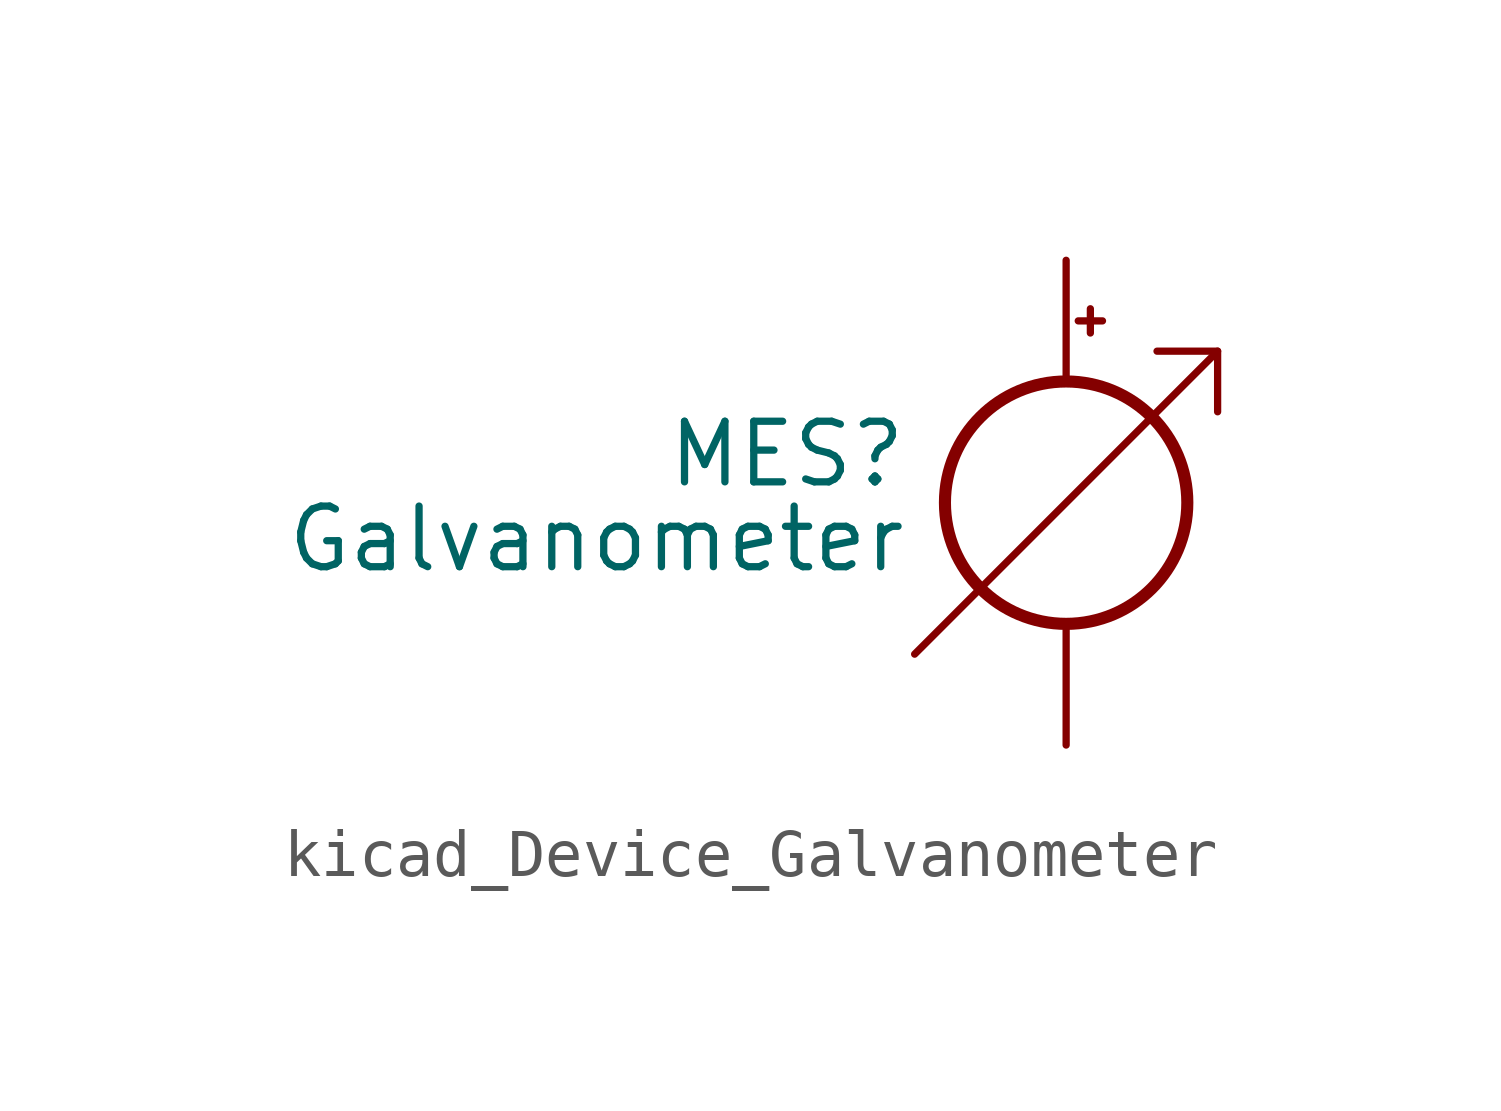
<source format=kicad_sym>
(kicad_symbol_lib
  (version 20220914)
  (generator kicad_symbol_editor)
  (symbol "kicad_Device_Galvanometer"
    (pin_numbers hide)
    (pin_names
      (offset 0.025) hide)
    (property "Reference" "MES"
      (at -3.302 1.016 0)
      (effects (font (size 1.27 1.27)) (justify right)))
    (property "Value" "Galvanometer"
      (at -3.302 -0.762 0)
      (effects (font (size 1.27 1.27)) (justify right)))
    (symbol "kicad_Device_Galvanometer_0_0"
      (polyline (pts (xy -3.175 -3.175) (xy 3.175 3.175)) (stroke (width 0) (type default)) (fill (type none)))
      (polyline (pts (xy 1.905 3.175) (xy 3.175 3.175) (xy 3.175 1.905)) (stroke (width 0) (type default)) (fill (type none))))
    (symbol "kicad_Device_Galvanometer_0_1"
      (polyline (pts (xy 0.254 3.81) (xy 0.762 3.81)) (stroke (width 0) (type default)) (fill (type none)))
      (polyline (pts (xy 0.508 4.064) (xy 0.508 3.556)) (stroke (width 0) (type default)) (fill (type none)))
      (circle (center 0 0) (radius 2.54) (stroke (width 0.254) (type default)) (fill (type none))))
    (symbol "kicad_Device_Galvanometer_1_1"
      (pin passive line (at 0 -5.08 90) (length 2.54) (name "-" (effects (font (size 1.27 1.27)))) (number "1" (effects (font (size 1.27 1.27)))))
      (pin passive line (at 0 5.08 270) (length 2.54) (name "+" (effects (font (size 1.27 1.27)))) (number "2" (effects (font (size 1.27 1.27))))))))
</source>
